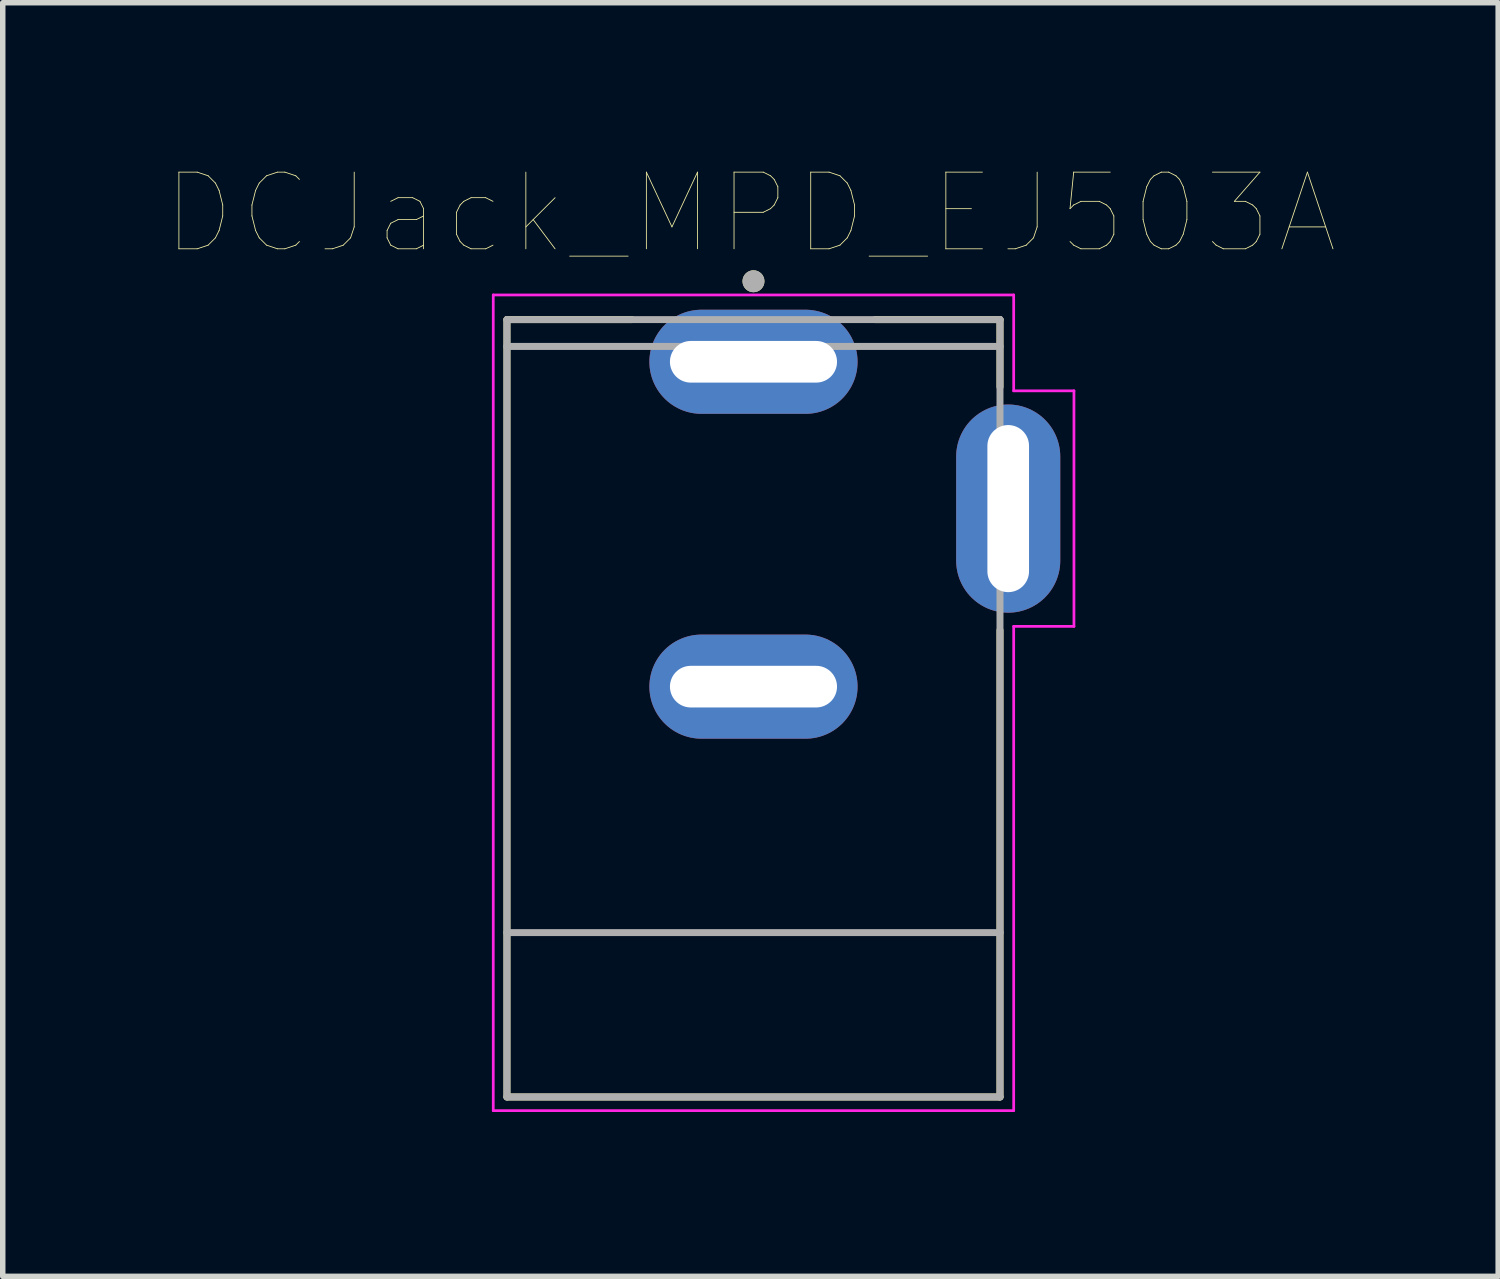
<source format=kicad_pcb>
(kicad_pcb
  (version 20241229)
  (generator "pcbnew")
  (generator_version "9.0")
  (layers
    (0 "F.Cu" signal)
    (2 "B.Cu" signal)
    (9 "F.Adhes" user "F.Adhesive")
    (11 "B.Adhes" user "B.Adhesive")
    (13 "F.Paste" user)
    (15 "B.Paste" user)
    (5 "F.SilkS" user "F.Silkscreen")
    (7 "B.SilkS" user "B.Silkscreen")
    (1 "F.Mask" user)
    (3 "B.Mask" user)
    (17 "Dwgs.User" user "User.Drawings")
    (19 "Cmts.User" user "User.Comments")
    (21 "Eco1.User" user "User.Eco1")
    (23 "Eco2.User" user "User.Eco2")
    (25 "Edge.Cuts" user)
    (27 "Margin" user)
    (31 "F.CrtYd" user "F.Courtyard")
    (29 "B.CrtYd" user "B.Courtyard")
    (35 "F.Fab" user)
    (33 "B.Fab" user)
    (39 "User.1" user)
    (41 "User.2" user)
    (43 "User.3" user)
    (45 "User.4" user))
  (footprint "DCJack_MPD_EJ503A"
    (layer "F.Cu")
    (at 10.704 6.234)
    (property "Reference" "DCJack_MPD_EJ503A" (at -0.055 -5.389 0) (layer "F.SilkS") (effects (font (size 1.4 1.4) (thickness 0.015))))
    (attr through_hole)
    (fp_line (start -4.5 -3.45) (end -4.5 10.74) (stroke (width 0.127) (type solid)) (layer "F.SilkS"))
    (fp_line (start -4.5 10.74) (end 4.5 10.74) (stroke (width 0.127) (type solid)) (layer "F.SilkS"))
    (fp_line (start -2.22 -3.45) (end -4.5 -3.45) (stroke (width 0.127) (type solid)) (layer "F.SilkS"))
    (fp_line (start 2.22 -3.45) (end 4.5 -3.45) (stroke (width 0.127) (type solid)) (layer "F.SilkS"))
    (fp_line (start 4.5 -3.45) (end 4.5 -2.22) (stroke (width 0.127) (type solid)) (layer "F.SilkS"))
    (fp_line (start 4.5 10.74) (end 4.5 2.22) (stroke (width 0.127) (type solid)) (layer "F.SilkS"))
    (fp_circle (center 0 -4.15) (end 0.1 -4.15) (stroke (width 0.2) (type solid)) (fill no) (layer "F.SilkS"))
    (fp_line (start -4.75 -3.9) (end -4.75 10.99) (stroke (width 0.05) (type solid)) (layer "F.CrtYd"))
    (fp_line (start -4.75 10.99) (end 4.75 10.99) (stroke (width 0.05) (type solid)) (layer "F.CrtYd"))
    (fp_line (start 4.75 -3.9) (end -4.75 -3.9) (stroke (width 0.05) (type solid)) (layer "F.CrtYd"))
    (fp_line (start 4.75 -3.9) (end 4.75 -2.15) (stroke (width 0.05) (type solid)) (layer "F.CrtYd"))
    (fp_line (start 4.75 -2.15) (end 5.85 -2.15) (stroke (width 0.05) (type solid)) (layer "F.CrtYd"))
    (fp_line (start 4.75 2.15) (end 4.75 10.99) (stroke (width 0.05) (type solid)) (layer "F.CrtYd"))
    (fp_line (start 5.85 -2.15) (end 5.85 2.15) (stroke (width 0.05) (type solid)) (layer "F.CrtYd"))
    (fp_line (start 5.85 2.15) (end 4.75 2.15) (stroke (width 0.05) (type solid)) (layer "F.CrtYd"))
    (fp_line (start -4.5 -3.45) (end -4.5 -2.96) (stroke (width 0.127) (type solid)) (layer "F.Fab"))
    (fp_line (start -4.5 -2.96) (end -4.5 7.74) (stroke (width 0.127) (type solid)) (layer "F.Fab"))
    (fp_line (start -4.5 -2.96) (end 4.5 -2.96) (stroke (width 0.127) (type solid)) (layer "F.Fab"))
    (fp_line (start -4.5 7.74) (end -4.5 10.74) (stroke (width 0.127) (type solid)) (layer "F.Fab"))
    (fp_line (start -4.5 7.74) (end 4.5 7.74) (stroke (width 0.127) (type solid)) (layer "F.Fab"))
    (fp_line (start -4.5 10.74) (end 4.5 10.74) (stroke (width 0.127) (type solid)) (layer "F.Fab"))
    (fp_line (start 4.5 -3.45) (end -4.5 -3.45) (stroke (width 0.127) (type solid)) (layer "F.Fab"))
    (fp_line (start 4.5 -2.96) (end 4.5 -3.45) (stroke (width 0.127) (type solid)) (layer "F.Fab"))
    (fp_line (start 4.5 7.74) (end 4.5 -2.96) (stroke (width 0.127) (type solid)) (layer "F.Fab"))
    (fp_line (start 4.5 10.74) (end 4.5 7.74) (stroke (width 0.127) (type solid)) (layer "F.Fab"))
    (fp_circle (center 0 -4.15) (end 0.1 -4.15) (stroke (width 0.2) (type solid)) (fill no) (layer "F.Fab"))
    (pad "1" thru_hole oval (at 0 -2.68) (size 3.8 1.9) (drill oval 3.05 0.76) (layers "*.Cu" "*.Mask"))
    (pad "2" thru_hole oval (at 0 3.25) (size 3.8 1.9) (drill oval 3.05 0.76) (layers "*.Cu" "*.Mask"))
    (pad "3" thru_hole oval (at 4.65 0) (size 1.9 3.8) (drill oval 0.76 3.05) (layers "*.Cu" "*.Mask")))
  (gr_rect
    (start -3 -3)
    (end 24.298 20.249)
    (stroke (width 0.1) (type default))
    (fill no)
    (layer "Edge.Cuts")))
</source>
